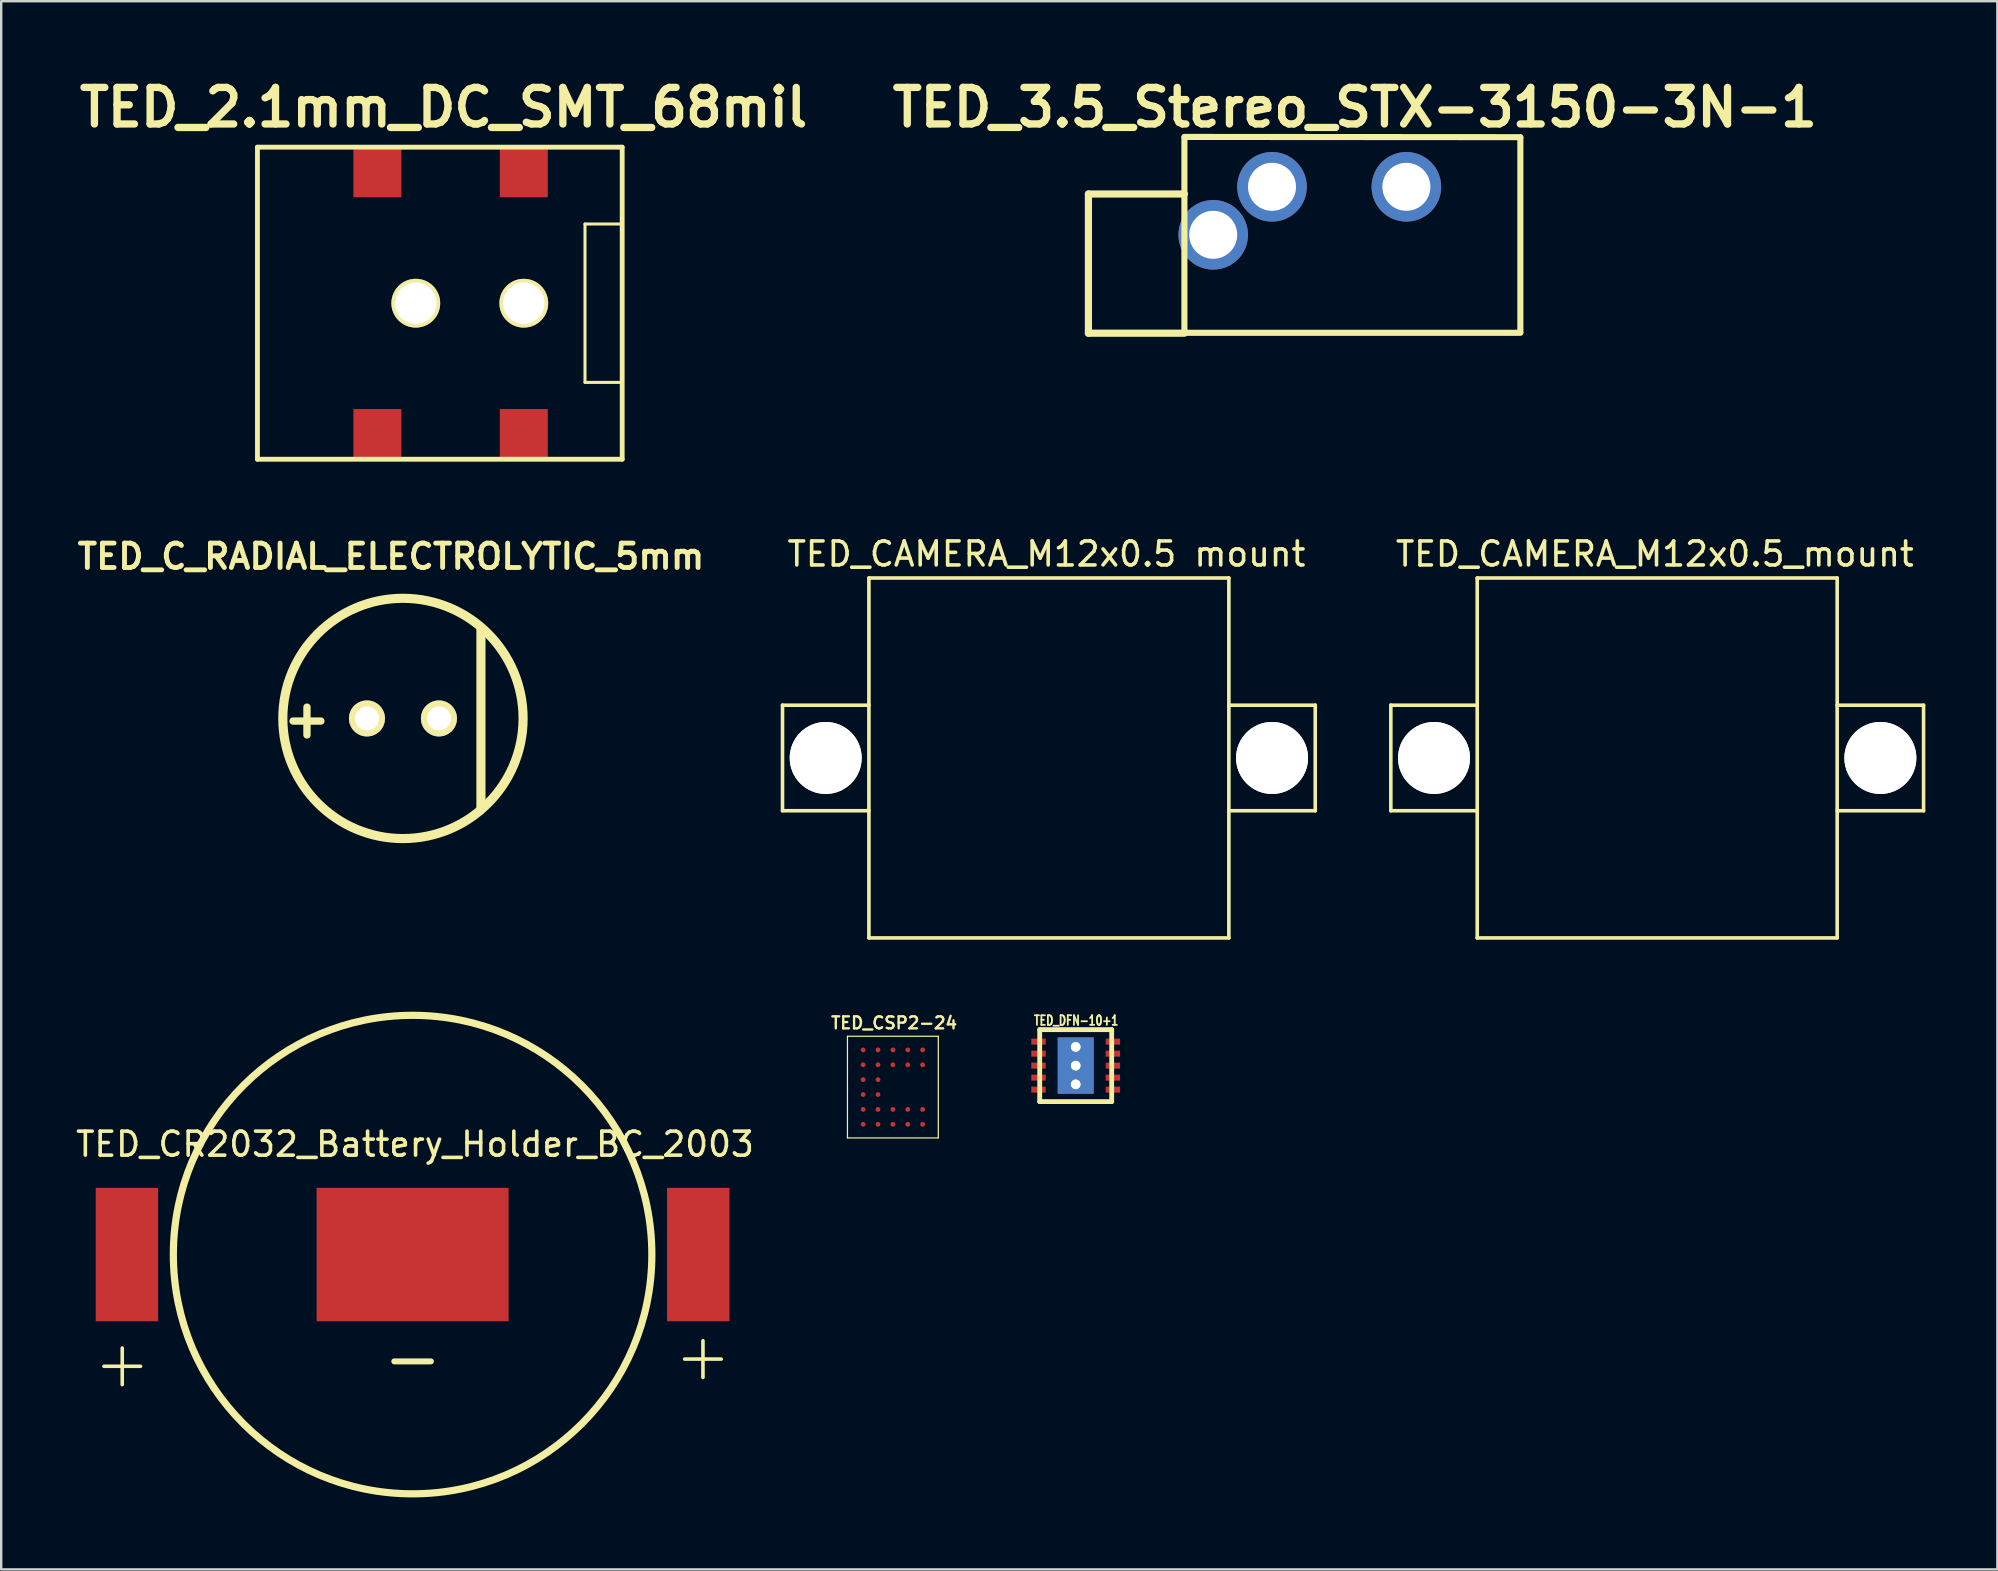
<source format=kicad_pcb>
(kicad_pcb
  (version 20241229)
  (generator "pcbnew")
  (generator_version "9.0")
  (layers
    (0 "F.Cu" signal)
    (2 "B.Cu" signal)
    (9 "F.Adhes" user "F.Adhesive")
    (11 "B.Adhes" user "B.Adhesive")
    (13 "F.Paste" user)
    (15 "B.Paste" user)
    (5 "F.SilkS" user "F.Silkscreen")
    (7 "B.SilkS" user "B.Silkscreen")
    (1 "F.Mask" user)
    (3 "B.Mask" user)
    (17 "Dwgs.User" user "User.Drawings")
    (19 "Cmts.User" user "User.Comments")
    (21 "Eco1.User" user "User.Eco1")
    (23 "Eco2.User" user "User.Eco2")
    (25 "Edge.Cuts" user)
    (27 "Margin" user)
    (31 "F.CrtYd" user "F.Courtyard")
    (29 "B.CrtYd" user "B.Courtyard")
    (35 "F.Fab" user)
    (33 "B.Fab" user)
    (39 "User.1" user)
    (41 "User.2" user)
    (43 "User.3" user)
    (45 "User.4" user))
  (footprint "TED_C_RADIAL_ELECTROLYTIC_5mm"
    (layer "F.Cu")
    (at 13.742 26.889)
    (property "Reference" "TED_C_RADIAL_ELECTROLYTIC_5mm" (at -0.5 -6.75 0) (layer "F.SilkS") (effects (font (size 1.016 1.016) (thickness 0.203))))
    (attr through_hole)
    (fp_line (start 3.25 -3.75) (end 3.25 3.75) (stroke (width 0.381) (type solid)) (layer "F.SilkS"))
    (fp_circle (center 0 0) (end 5 0.25) (stroke (width 0.381) (type solid)) (fill no) (layer "F.SilkS"))
    (fp_text user "+" (at -4 0 0) (layer "F.SilkS") (effects (font (size 1.524 1.524) (thickness 0.305))))
    (pad "1" thru_hole circle (at -1.5 0) (size 1.5 1.5) (drill 1) (layers "*.Mask" "B.Cu" "F.SilkS"))
    (pad "2" thru_hole circle (at 1.5 0) (size 1.5 1.5) (drill 1) (layers "*.Mask" "B.Cu" "F.SilkS")))
  (footprint "TED_DFN-10+1"
    (layer "F.Cu")
    (at 41.777 41.357)
    (property "Reference" "TED_DFN-10+1" (at 0.02 -1.88 0) (layer "F.SilkS") (effects (font (size 0.4 0.3) (thickness 0.075))))
    (attr through_hole)
    (fp_line (start -1.5 -1.5) (end 1.5 -1.5) (stroke (width 0.201) (type solid)) (layer "F.SilkS"))
    (fp_line (start -1.5 1.5) (end -1.5 -1.5) (stroke (width 0.201) (type solid)) (layer "F.SilkS"))
    (fp_line (start 1.5 -1.5) (end 1.5 1.5) (stroke (width 0.201) (type solid)) (layer "F.SilkS"))
    (fp_line (start 1.5 1.5) (end -1.5 1.5) (stroke (width 0.201) (type solid)) (layer "F.SilkS"))
    (pad "1" smd rect (at -1.55 -1 270) (size 0.25 0.6) (layers "F.Cu" "F.Mask" "F.Paste"))
    (pad "2" smd rect (at -1.55 -0.5 270) (size 0.25 0.6) (layers "F.Cu" "F.Mask" "F.Paste"))
    (pad "3" smd rect (at -1.55 0 270) (size 0.25 0.6) (layers "F.Cu" "F.Mask" "F.Paste"))
    (pad "4" smd rect (at -1.55 0.5 270) (size 0.25 0.6) (layers "F.Cu" "F.Mask" "F.Paste"))
    (pad "5" smd rect (at -1.55 1 270) (size 0.25 0.6) (layers "F.Cu" "F.Mask" "F.Paste"))
    (pad "6" smd rect (at 1.55 1 270) (size 0.25 0.6) (layers "F.Cu" "F.Mask" "F.Paste"))
    (pad "7" smd rect (at 1.55 0.5 270) (size 0.25 0.6) (layers "F.Cu" "F.Mask" "F.Paste"))
    (pad "8" smd rect (at 1.55 0 270) (size 0.25 0.6) (layers "F.Cu" "F.Mask" "F.Paste"))
    (pad "9" smd rect (at 1.55 -0.5 270) (size 0.25 0.6) (layers "F.Cu" "F.Mask" "F.Paste"))
    (pad "10" smd rect (at 1.55 -1 270) (size 0.25 0.6) (layers "F.Cu" "F.Mask" "F.Paste"))
    (pad "11" thru_hole circle (at 0 -0.78) (size 0.4 0.4) (drill 0.4) (layers "*.Cu" "*.Mask" "F.SilkS"))
    (pad "11" thru_hole circle (at 0 0) (size 0.4 0.4) (drill 0.4) (layers "*.Cu" "*.Mask" "F.SilkS"))
    (pad "11" smd rect (at 0 0) (size 1.5 2.35) (layers "F.Cu" "F.Mask" "F.Paste"))
    (pad "11" smd rect (at 0 0) (size 1.5 2.35) (layers "B.Cu" "B.Mask" "B.Paste"))
    (pad "11" thru_hole circle (at 0 0.78) (size 0.4 0.4) (drill 0.4) (layers "*.Cu" "*.Mask" "F.SilkS")))
  (footprint "TED_2.1mm_DC_SMT_68mil"
    (layer "F.Cu")
    (at 15.278 9.585)
    (property "Reference" "TED_2.1mm_DC_SMT_68mil" (at 0.157 -8.158 0) (layer "F.SilkS") (effects (font (size 1.524 1.524) (thickness 0.305))))
    (attr through_hole)
    (fp_line (start -7.6 -6.502) (end 7.6 -6.502) (stroke (width 0.201) (type solid)) (layer "F.SilkS"))
    (fp_line (start -7.6 6.502) (end -7.6 -6.502) (stroke (width 0.201) (type solid)) (layer "F.SilkS"))
    (fp_line (start 6.05 -3.3) (end 6.05 3.3) (stroke (width 0.127) (type solid)) (layer "F.SilkS"))
    (fp_line (start 6.05 3.3) (end 7.575 3.3) (stroke (width 0.127) (type solid)) (layer "F.SilkS"))
    (fp_line (start 7.6 -6.502) (end 7.6 6.502) (stroke (width 0.201) (type solid)) (layer "F.SilkS"))
    (fp_line (start 7.6 6.502) (end -7.6 6.502) (stroke (width 0.201) (type solid)) (layer "F.SilkS"))
    (fp_line (start 7.6 -3.3) (end 6.05 -3.3) (stroke (width 0.127) (type solid)) (layer "F.SilkS"))
    (pad "" np_thru_hole circle (at -1.001 0) (size 2.032 2.032) (drill 1.727) (layers "*.Cu" "*.Mask" "F.SilkS"))
    (pad "" np_thru_hole circle (at 3.5 0) (size 2.032 2.032) (drill 1.727) (layers "*.Cu" "*.Mask" "F.SilkS"))
    (pad "1" smd rect (at -2.601 5.41) (size 1.999 1.999) (layers "F.Cu" "F.Mask" "F.Paste"))
    (pad "1" smd rect (at 3.5 5.41) (size 1.999 1.999) (layers "F.Cu" "F.Mask" "F.Paste"))
    (pad "2" smd rect (at 3.5 -5.415) (size 1.999 1.999) (layers "F.Cu" "F.Mask" "F.Paste"))
    (pad "3" smd rect (at -2.601 -5.415) (size 1.999 1.999) (layers "F.Cu" "F.Mask" "F.Paste")))
  (footprint "TED_CSP2-24"
    (layer "F.Cu")
    (at 34.158 42.252)
    (property "Reference" "TED_CSP2-24" (at 0.05 -2.675 0) (layer "F.SilkS") (effects (font (size 0.5 0.5) (thickness 0.099))))
    (attr through_hole)
    (fp_line (start -1.893 -2.118) (end 1.893 -2.118) (stroke (width 0.051) (type solid)) (layer "F.SilkS"))
    (fp_line (start -1.893 2.118) (end -1.893 -2.118) (stroke (width 0.051) (type solid)) (layer "F.SilkS"))
    (fp_line (start 1.893 -2.118) (end 1.893 2.118) (stroke (width 0.051) (type solid)) (layer "F.SilkS"))
    (fp_line (start 1.893 2.118) (end -1.893 2.118) (stroke (width 0.051) (type solid)) (layer "F.SilkS"))
    (pad "A1" smd circle (at -1.24 -1.55) (size 0.2 0.2) (layers "F.Cu" "F.Mask" "F.Paste"))
    (pad "A2" smd circle (at -0.62 -1.55) (size 0.2 0.2) (layers "F.Cu" "F.Mask" "F.Paste"))
    (pad "A3" smd circle (at 0 -1.55) (size 0.2 0.2) (layers "F.Cu" "F.Mask" "F.Paste"))
    (pad "A4" smd circle (at 0.62 -1.55) (size 0.2 0.2) (layers "F.Cu" "F.Mask" "F.Paste"))
    (pad "A5" smd circle (at 1.24 -1.55) (size 0.2 0.2) (layers "F.Cu" "F.Mask" "F.Paste"))
    (pad "B1" smd circle (at -1.24 -0.93) (size 0.2 0.2) (layers "F.Cu" "F.Mask" "F.Paste"))
    (pad "B2" smd circle (at -0.62 -0.93) (size 0.2 0.2) (layers "F.Cu" "F.Mask" "F.Paste"))
    (pad "B3" smd circle (at 0 -0.93) (size 0.2 0.2) (layers "F.Cu" "F.Mask" "F.Paste"))
    (pad "B4" smd circle (at 0.62 -0.93) (size 0.2 0.2) (layers "F.Cu" "F.Mask" "F.Paste"))
    (pad "B5" smd circle (at 1.24 -0.93) (size 0.2 0.2) (layers "F.Cu" "F.Mask" "F.Paste"))
    (pad "C1" smd circle (at -1.24 -0.31) (size 0.2 0.2) (layers "F.Cu" "F.Mask" "F.Paste"))
    (pad "C2" smd circle (at -0.62 -0.31) (size 0.2 0.2) (layers "F.Cu" "F.Mask" "F.Paste"))
    (pad "D1" smd circle (at -1.24 0.31) (size 0.2 0.2) (layers "F.Cu" "F.Mask" "F.Paste"))
    (pad "D2" smd circle (at -0.62 0.31) (size 0.2 0.2) (layers "F.Cu" "F.Mask" "F.Paste"))
    (pad "E1" smd circle (at -1.24 0.93) (size 0.2 0.2) (layers "F.Cu" "F.Mask" "F.Paste"))
    (pad "E2" smd circle (at -0.62 0.93) (size 0.2 0.2) (layers "F.Cu" "F.Mask" "F.Paste"))
    (pad "E3" smd circle (at 0 0.93) (size 0.2 0.2) (layers "F.Cu" "F.Mask" "F.Paste"))
    (pad "E4" smd circle (at 0.62 0.93) (size 0.2 0.2) (layers "F.Cu" "F.Mask" "F.Paste"))
    (pad "E5" smd circle (at 1.24 0.93) (size 0.2 0.2) (layers "F.Cu" "F.Mask" "F.Paste"))
    (pad "F1" smd circle (at -1.24 1.55) (size 0.2 0.2) (layers "F.Cu" "F.Mask" "F.Paste"))
    (pad "F2" smd circle (at -0.62 1.55) (size 0.2 0.2) (layers "F.Cu" "F.Mask" "F.Paste"))
    (pad "F3" smd circle (at 0 1.55) (size 0.2 0.2) (layers "F.Cu" "F.Mask" "F.Paste"))
    (pad "F4" smd circle (at 0.62 1.55) (size 0.2 0.2) (layers "F.Cu" "F.Mask" "F.Paste"))
    (pad "F5" smd circle (at 1.24 1.55) (size 0.2 0.2) (layers "F.Cu" "F.Mask" "F.Paste")))
  (footprint "TED_3.5_Stereo_STX-3150-3N-1"
    (layer "F.Cu")
    (at 53.307 6.735)
    (property "Reference" "TED_3.5_Stereo_STX-3150-3N-1" (at 0.102 -5.309 0) (layer "F.SilkS") (effects (font (size 1.524 1.524) (thickness 0.305))))
    (attr through_hole)
    (fp_line (start -11 -1.7) (end -11 4.1) (stroke (width 0.3) (type solid)) (layer "F.SilkS"))
    (fp_line (start -11 4.1) (end -7 4.1) (stroke (width 0.3) (type solid)) (layer "F.SilkS"))
    (fp_line (start -7 -4.05) (end -7 4.05) (stroke (width 0.254) (type solid)) (layer "F.SilkS"))
    (fp_line (start -7 -1.7) (end -11 -1.7) (stroke (width 0.3) (type solid)) (layer "F.SilkS"))
    (fp_line (start -7 4.084) (end 7 4.084) (stroke (width 0.254) (type solid)) (layer "F.SilkS"))
    (fp_line (start 7 -4.069) (end -7 -4.079) (stroke (width 0.254) (type solid)) (layer "F.SilkS"))
    (fp_line (start 7 4.05) (end 7 -4.05) (stroke (width 0.254) (type solid)) (layer "F.SilkS"))
    (pad "1" thru_hole circle (at -5.8 0) (size 2.9 2.9) (drill 2) (layers "*.Cu" "*.Mask"))
    (pad "2" thru_hole circle (at 2.25 -2) (size 2.9 2.9) (drill 2) (layers "*.Cu" "*.Mask"))
    (pad "3" thru_hole circle (at -3.35 -2) (size 2.9 2.9) (drill 2) (layers "*.Cu" "*.Mask")))
  (footprint "TED_CAMERA_M12x0.5_mount"
    (layer "F.Cu")
    (at 66.009 28.536)
    (property "Reference" "TED_CAMERA_M12x0.5_mount" (at -0.1 -8.5 0) (layer "F.SilkS") (effects (font (size 1 1) (thickness 0.15))))
    (attr through_hole)
    (fp_line (start -11.1 -2.2) (end -11.1 2.2) (stroke (width 0.15) (type solid)) (layer "F.SilkS"))
    (fp_line (start -11.1 2.2) (end -7.5 2.2) (stroke (width 0.15) (type solid)) (layer "F.SilkS"))
    (fp_line (start -7.5 -7.5) (end -7.5 7.5) (stroke (width 0.15) (type solid)) (layer "F.SilkS"))
    (fp_line (start -7.5 -2.2) (end -11.1 -2.2) (stroke (width 0.15) (type solid)) (layer "F.SilkS"))
    (fp_line (start -7.5 7.5) (end 7.5 7.5) (stroke (width 0.15) (type solid)) (layer "F.SilkS"))
    (fp_line (start 7.5 -7.5) (end -7.5 -7.5) (stroke (width 0.15) (type solid)) (layer "F.SilkS"))
    (fp_line (start 7.5 -2.2) (end 11.1 -2.2) (stroke (width 0.15) (type solid)) (layer "F.SilkS"))
    (fp_line (start 7.5 7.5) (end 7.5 -7.5) (stroke (width 0.15) (type solid)) (layer "F.SilkS"))
    (fp_line (start 11.1 -2.2) (end 11.1 2.2) (stroke (width 0.15) (type solid)) (layer "F.SilkS"))
    (fp_line (start 11.1 2.2) (end 7.5 2.2) (stroke (width 0.15) (type solid)) (layer "F.SilkS"))
    (pad "" np_thru_hole circle (at -9.3 0) (size 3 3) (drill 3) (layers "*.Cu" "*.Mask" "F.SilkS"))
    (pad "" np_thru_hole circle (at 9.3 0) (size 3 3) (drill 3) (layers "*.Cu" "*.Mask" "F.SilkS")))
  (footprint "TED_CAMERA_M12x0.5 mount"
    (layer "F.Cu")
    (at 40.659 28.536)
    (property "Reference" "TED_CAMERA_M12x0.5 mount" (at -0.1 -8.5 0) (layer "F.SilkS") (effects (font (size 1 1) (thickness 0.15))))
    (attr through_hole)
    (fp_line (start -11.1 -2.2) (end -11.1 2.2) (stroke (width 0.15) (type solid)) (layer "F.SilkS"))
    (fp_line (start -11.1 2.2) (end -7.5 2.2) (stroke (width 0.15) (type solid)) (layer "F.SilkS"))
    (fp_line (start -7.5 -7.5) (end -7.5 7.5) (stroke (width 0.15) (type solid)) (layer "F.SilkS"))
    (fp_line (start -7.5 -2.2) (end -11.1 -2.2) (stroke (width 0.15) (type solid)) (layer "F.SilkS"))
    (fp_line (start -7.5 7.5) (end 7.5 7.5) (stroke (width 0.15) (type solid)) (layer "F.SilkS"))
    (fp_line (start 7.5 -7.5) (end -7.5 -7.5) (stroke (width 0.15) (type solid)) (layer "F.SilkS"))
    (fp_line (start 7.5 -2.2) (end 11.1 -2.2) (stroke (width 0.15) (type solid)) (layer "F.SilkS"))
    (fp_line (start 7.5 7.5) (end 7.5 -7.5) (stroke (width 0.15) (type solid)) (layer "F.SilkS"))
    (fp_line (start 11.1 -2.2) (end 11.1 2.2) (stroke (width 0.15) (type solid)) (layer "F.SilkS"))
    (fp_line (start 11.1 2.2) (end 7.5 2.2) (stroke (width 0.15) (type solid)) (layer "F.SilkS"))
    (pad "" np_thru_hole circle (at -9.3 0) (size 3 3) (drill 3) (layers "*.Cu" "*.Mask" "F.SilkS"))
    (pad "" np_thru_hole circle (at 9.3 0) (size 3 3) (drill 3) (layers "*.Cu" "*.Mask" "F.SilkS")))
  (footprint "TED_CR2032_Battery_Holder_BC_2003"
    (layer "F.Cu")
    (at 14.144 49.231)
    (property "Reference" "TED_CR2032_Battery_Holder_BC_2003" (at 0.1 -4.6 0) (layer "F.SilkS") (effects (font (size 1 1) (thickness 0.15))))
    (attr through_hole)
    (fp_circle (center 0 0) (end 7.05 7.05) (stroke (width 0.3) (type solid)) (fill no) (layer "F.SilkS"))
    (fp_text user "-" (at 0 4.3 0) (layer "F.SilkS") (effects (font (size 2 2) (thickness 0.25))))
    (fp_text user "+" (at 12.1 4.2 0) (layer "F.SilkS") (effects (font (size 2 2) (thickness 0.15))))
    (fp_text user "+" (at -12.1 4.5 0) (layer "F.SilkS") (effects (font (size 2 2) (thickness 0.15))))
    (pad "1" smd rect (at -11.905 0) (size 2.6 5.56) (layers "F.Cu" "F.Mask" "F.Paste"))
    (pad "1" smd rect (at 11.905 0) (size 2.6 5.56) (layers "F.Cu" "F.Mask" "F.Paste"))
    (pad "2" smd rect (at 0 0) (size 8 5.56) (layers "F.Cu" "F.Mask" "F.Paste")))
  (gr_rect
    (start -3 -3)
    (end 80.184 62.351)
    (stroke (width 0.1) (type default))
    (fill no)
    (layer "Edge.Cuts")))
</source>
